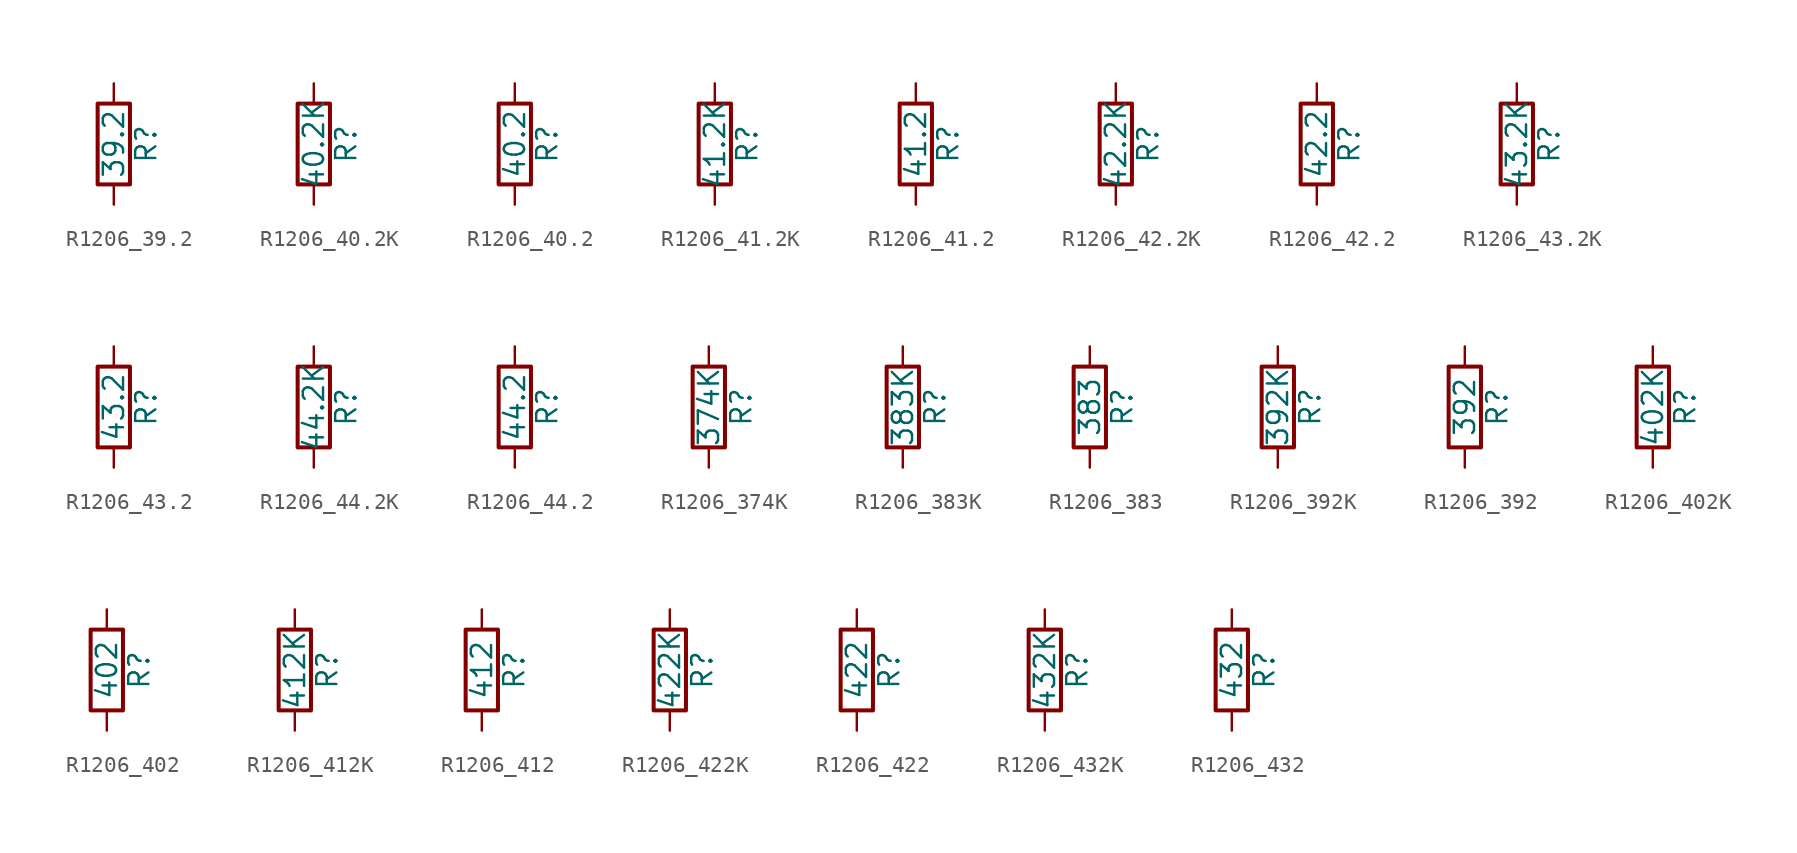
<source format=kicad_sym>
(kicad_symbol_lib
  (version 20211014)
  (generator atlantix-eda)
  (symbol "R1206_39.2"
    (pin_numbers hide)
    (pin_names
      (offset 0))
    (property "Reference" "R"
      (at 2.032 0 90)
      (effects (font (size 1.27 1.27))))
    (property "Value" "39.2"
      (at 0 0 90)
      (effects (font (size 1.27 1.27))))
    (symbol "R1206_39.2_0_1"
      (rectangle (start -1.016 -2.54) (end 1.016 2.54) (stroke (width 0.254) (type default) (color 0 0 0 0)) (fill (type none))))
    (symbol "R1206_39.2_1_1"
      (pin passive line (at 0 3.81 270) (length 1.27) (name "~" (effects (font (size 1.27 1.27)))) (number "1" (effects (font (size 1.27 1.27)))))
      (pin passive line (at 0 -3.81 90) (length 1.27) (name "~" (effects (font (size 1.27 1.27)))) (number "2" (effects (font (size 1.27 1.27)))))))
  (symbol "R1206_40.2K"
    (pin_numbers hide)
    (pin_names
      (offset 0))
    (property "Reference" "R"
      (at 2.032 0 90)
      (effects (font (size 1.27 1.27))))
    (property "Value" "40.2K"
      (at 0 0 90)
      (effects (font (size 1.27 1.27))))
    (symbol "R1206_40.2K_0_1"
      (rectangle (start -1.016 -2.54) (end 1.016 2.54) (stroke (width 0.254) (type default) (color 0 0 0 0)) (fill (type none))))
    (symbol "R1206_40.2K_1_1"
      (pin passive line (at 0 3.81 270) (length 1.27) (name "~" (effects (font (size 1.27 1.27)))) (number "1" (effects (font (size 1.27 1.27)))))
      (pin passive line (at 0 -3.81 90) (length 1.27) (name "~" (effects (font (size 1.27 1.27)))) (number "2" (effects (font (size 1.27 1.27)))))))
  (symbol "R1206_40.2"
    (pin_numbers hide)
    (pin_names
      (offset 0))
    (property "Reference" "R"
      (at 2.032 0 90)
      (effects (font (size 1.27 1.27))))
    (property "Value" "40.2"
      (at 0 0 90)
      (effects (font (size 1.27 1.27))))
    (symbol "R1206_40.2_0_1"
      (rectangle (start -1.016 -2.54) (end 1.016 2.54) (stroke (width 0.254) (type default) (color 0 0 0 0)) (fill (type none))))
    (symbol "R1206_40.2_1_1"
      (pin passive line (at 0 3.81 270) (length 1.27) (name "~" (effects (font (size 1.27 1.27)))) (number "1" (effects (font (size 1.27 1.27)))))
      (pin passive line (at 0 -3.81 90) (length 1.27) (name "~" (effects (font (size 1.27 1.27)))) (number "2" (effects (font (size 1.27 1.27)))))))
  (symbol "R1206_41.2K"
    (pin_numbers hide)
    (pin_names
      (offset 0))
    (property "Reference" "R"
      (at 2.032 0 90)
      (effects (font (size 1.27 1.27))))
    (property "Value" "41.2K"
      (at 0 0 90)
      (effects (font (size 1.27 1.27))))
    (symbol "R1206_41.2K_0_1"
      (rectangle (start -1.016 -2.54) (end 1.016 2.54) (stroke (width 0.254) (type default) (color 0 0 0 0)) (fill (type none))))
    (symbol "R1206_41.2K_1_1"
      (pin passive line (at 0 3.81 270) (length 1.27) (name "~" (effects (font (size 1.27 1.27)))) (number "1" (effects (font (size 1.27 1.27)))))
      (pin passive line (at 0 -3.81 90) (length 1.27) (name "~" (effects (font (size 1.27 1.27)))) (number "2" (effects (font (size 1.27 1.27)))))))
  (symbol "R1206_41.2"
    (pin_numbers hide)
    (pin_names
      (offset 0))
    (property "Reference" "R"
      (at 2.032 0 90)
      (effects (font (size 1.27 1.27))))
    (property "Value" "41.2"
      (at 0 0 90)
      (effects (font (size 1.27 1.27))))
    (symbol "R1206_41.2_0_1"
      (rectangle (start -1.016 -2.54) (end 1.016 2.54) (stroke (width 0.254) (type default) (color 0 0 0 0)) (fill (type none))))
    (symbol "R1206_41.2_1_1"
      (pin passive line (at 0 3.81 270) (length 1.27) (name "~" (effects (font (size 1.27 1.27)))) (number "1" (effects (font (size 1.27 1.27)))))
      (pin passive line (at 0 -3.81 90) (length 1.27) (name "~" (effects (font (size 1.27 1.27)))) (number "2" (effects (font (size 1.27 1.27)))))))
  (symbol "R1206_42.2K"
    (pin_numbers hide)
    (pin_names
      (offset 0))
    (property "Reference" "R"
      (at 2.032 0 90)
      (effects (font (size 1.27 1.27))))
    (property "Value" "42.2K"
      (at 0 0 90)
      (effects (font (size 1.27 1.27))))
    (symbol "R1206_42.2K_0_1"
      (rectangle (start -1.016 -2.54) (end 1.016 2.54) (stroke (width 0.254) (type default) (color 0 0 0 0)) (fill (type none))))
    (symbol "R1206_42.2K_1_1"
      (pin passive line (at 0 3.81 270) (length 1.27) (name "~" (effects (font (size 1.27 1.27)))) (number "1" (effects (font (size 1.27 1.27)))))
      (pin passive line (at 0 -3.81 90) (length 1.27) (name "~" (effects (font (size 1.27 1.27)))) (number "2" (effects (font (size 1.27 1.27)))))))
  (symbol "R1206_42.2"
    (pin_numbers hide)
    (pin_names
      (offset 0))
    (property "Reference" "R"
      (at 2.032 0 90)
      (effects (font (size 1.27 1.27))))
    (property "Value" "42.2"
      (at 0 0 90)
      (effects (font (size 1.27 1.27))))
    (symbol "R1206_42.2_0_1"
      (rectangle (start -1.016 -2.54) (end 1.016 2.54) (stroke (width 0.254) (type default) (color 0 0 0 0)) (fill (type none))))
    (symbol "R1206_42.2_1_1"
      (pin passive line (at 0 3.81 270) (length 1.27) (name "~" (effects (font (size 1.27 1.27)))) (number "1" (effects (font (size 1.27 1.27)))))
      (pin passive line (at 0 -3.81 90) (length 1.27) (name "~" (effects (font (size 1.27 1.27)))) (number "2" (effects (font (size 1.27 1.27)))))))
  (symbol "R1206_43.2K"
    (pin_numbers hide)
    (pin_names
      (offset 0))
    (property "Reference" "R"
      (at 2.032 0 90)
      (effects (font (size 1.27 1.27))))
    (property "Value" "43.2K"
      (at 0 0 90)
      (effects (font (size 1.27 1.27))))
    (symbol "R1206_43.2K_0_1"
      (rectangle (start -1.016 -2.54) (end 1.016 2.54) (stroke (width 0.254) (type default) (color 0 0 0 0)) (fill (type none))))
    (symbol "R1206_43.2K_1_1"
      (pin passive line (at 0 3.81 270) (length 1.27) (name "~" (effects (font (size 1.27 1.27)))) (number "1" (effects (font (size 1.27 1.27)))))
      (pin passive line (at 0 -3.81 90) (length 1.27) (name "~" (effects (font (size 1.27 1.27)))) (number "2" (effects (font (size 1.27 1.27)))))))
  (symbol "R1206_43.2"
    (pin_numbers hide)
    (pin_names
      (offset 0))
    (property "Reference" "R"
      (at 2.032 0 90)
      (effects (font (size 1.27 1.27))))
    (property "Value" "43.2"
      (at 0 0 90)
      (effects (font (size 1.27 1.27))))
    (symbol "R1206_43.2_0_1"
      (rectangle (start -1.016 -2.54) (end 1.016 2.54) (stroke (width 0.254) (type default) (color 0 0 0 0)) (fill (type none))))
    (symbol "R1206_43.2_1_1"
      (pin passive line (at 0 3.81 270) (length 1.27) (name "~" (effects (font (size 1.27 1.27)))) (number "1" (effects (font (size 1.27 1.27)))))
      (pin passive line (at 0 -3.81 90) (length 1.27) (name "~" (effects (font (size 1.27 1.27)))) (number "2" (effects (font (size 1.27 1.27)))))))
  (symbol "R1206_44.2K"
    (pin_numbers hide)
    (pin_names
      (offset 0))
    (property "Reference" "R"
      (at 2.032 0 90)
      (effects (font (size 1.27 1.27))))
    (property "Value" "44.2K"
      (at 0 0 90)
      (effects (font (size 1.27 1.27))))
    (symbol "R1206_44.2K_0_1"
      (rectangle (start -1.016 -2.54) (end 1.016 2.54) (stroke (width 0.254) (type default) (color 0 0 0 0)) (fill (type none))))
    (symbol "R1206_44.2K_1_1"
      (pin passive line (at 0 3.81 270) (length 1.27) (name "~" (effects (font (size 1.27 1.27)))) (number "1" (effects (font (size 1.27 1.27)))))
      (pin passive line (at 0 -3.81 90) (length 1.27) (name "~" (effects (font (size 1.27 1.27)))) (number "2" (effects (font (size 1.27 1.27)))))))
  (symbol "R1206_44.2"
    (pin_numbers hide)
    (pin_names
      (offset 0))
    (property "Reference" "R"
      (at 2.032 0 90)
      (effects (font (size 1.27 1.27))))
    (property "Value" "44.2"
      (at 0 0 90)
      (effects (font (size 1.27 1.27))))
    (symbol "R1206_44.2_0_1"
      (rectangle (start -1.016 -2.54) (end 1.016 2.54) (stroke (width 0.254) (type default) (color 0 0 0 0)) (fill (type none))))
    (symbol "R1206_44.2_1_1"
      (pin passive line (at 0 3.81 270) (length 1.27) (name "~" (effects (font (size 1.27 1.27)))) (number "1" (effects (font (size 1.27 1.27)))))
      (pin passive line (at 0 -3.81 90) (length 1.27) (name "~" (effects (font (size 1.27 1.27)))) (number "2" (effects (font (size 1.27 1.27)))))))
  (symbol "R1206_374K"
    (pin_numbers hide)
    (pin_names
      (offset 0))
    (property "Reference" "R"
      (at 2.032 0 90)
      (effects (font (size 1.27 1.27))))
    (property "Value" "374K"
      (at 0 0 90)
      (effects (font (size 1.27 1.27))))
    (symbol "R1206_374K_0_1"
      (rectangle (start -1.016 -2.54) (end 1.016 2.54) (stroke (width 0.254) (type default) (color 0 0 0 0)) (fill (type none))))
    (symbol "R1206_374K_1_1"
      (pin passive line (at 0 3.81 270) (length 1.27) (name "~" (effects (font (size 1.27 1.27)))) (number "1" (effects (font (size 1.27 1.27)))))
      (pin passive line (at 0 -3.81 90) (length 1.27) (name "~" (effects (font (size 1.27 1.27)))) (number "2" (effects (font (size 1.27 1.27)))))))
  (symbol "R1206_383K"
    (pin_numbers hide)
    (pin_names
      (offset 0))
    (property "Reference" "R"
      (at 2.032 0 90)
      (effects (font (size 1.27 1.27))))
    (property "Value" "383K"
      (at 0 0 90)
      (effects (font (size 1.27 1.27))))
    (symbol "R1206_383K_0_1"
      (rectangle (start -1.016 -2.54) (end 1.016 2.54) (stroke (width 0.254) (type default) (color 0 0 0 0)) (fill (type none))))
    (symbol "R1206_383K_1_1"
      (pin passive line (at 0 3.81 270) (length 1.27) (name "~" (effects (font (size 1.27 1.27)))) (number "1" (effects (font (size 1.27 1.27)))))
      (pin passive line (at 0 -3.81 90) (length 1.27) (name "~" (effects (font (size 1.27 1.27)))) (number "2" (effects (font (size 1.27 1.27)))))))
  (symbol "R1206_383"
    (pin_numbers hide)
    (pin_names
      (offset 0))
    (property "Reference" "R"
      (at 2.032 0 90)
      (effects (font (size 1.27 1.27))))
    (property "Value" "383"
      (at 0 0 90)
      (effects (font (size 1.27 1.27))))
    (symbol "R1206_383_0_1"
      (rectangle (start -1.016 -2.54) (end 1.016 2.54) (stroke (width 0.254) (type default) (color 0 0 0 0)) (fill (type none))))
    (symbol "R1206_383_1_1"
      (pin passive line (at 0 3.81 270) (length 1.27) (name "~" (effects (font (size 1.27 1.27)))) (number "1" (effects (font (size 1.27 1.27)))))
      (pin passive line (at 0 -3.81 90) (length 1.27) (name "~" (effects (font (size 1.27 1.27)))) (number "2" (effects (font (size 1.27 1.27)))))))
  (symbol "R1206_392K"
    (pin_numbers hide)
    (pin_names
      (offset 0))
    (property "Reference" "R"
      (at 2.032 0 90)
      (effects (font (size 1.27 1.27))))
    (property "Value" "392K"
      (at 0 0 90)
      (effects (font (size 1.27 1.27))))
    (symbol "R1206_392K_0_1"
      (rectangle (start -1.016 -2.54) (end 1.016 2.54) (stroke (width 0.254) (type default) (color 0 0 0 0)) (fill (type none))))
    (symbol "R1206_392K_1_1"
      (pin passive line (at 0 3.81 270) (length 1.27) (name "~" (effects (font (size 1.27 1.27)))) (number "1" (effects (font (size 1.27 1.27)))))
      (pin passive line (at 0 -3.81 90) (length 1.27) (name "~" (effects (font (size 1.27 1.27)))) (number "2" (effects (font (size 1.27 1.27)))))))
  (symbol "R1206_392"
    (pin_numbers hide)
    (pin_names
      (offset 0))
    (property "Reference" "R"
      (at 2.032 0 90)
      (effects (font (size 1.27 1.27))))
    (property "Value" "392"
      (at 0 0 90)
      (effects (font (size 1.27 1.27))))
    (symbol "R1206_392_0_1"
      (rectangle (start -1.016 -2.54) (end 1.016 2.54) (stroke (width 0.254) (type default) (color 0 0 0 0)) (fill (type none))))
    (symbol "R1206_392_1_1"
      (pin passive line (at 0 3.81 270) (length 1.27) (name "~" (effects (font (size 1.27 1.27)))) (number "1" (effects (font (size 1.27 1.27)))))
      (pin passive line (at 0 -3.81 90) (length 1.27) (name "~" (effects (font (size 1.27 1.27)))) (number "2" (effects (font (size 1.27 1.27)))))))
  (symbol "R1206_402K"
    (pin_numbers hide)
    (pin_names
      (offset 0))
    (property "Reference" "R"
      (at 2.032 0 90)
      (effects (font (size 1.27 1.27))))
    (property "Value" "402K"
      (at 0 0 90)
      (effects (font (size 1.27 1.27))))
    (symbol "R1206_402K_0_1"
      (rectangle (start -1.016 -2.54) (end 1.016 2.54) (stroke (width 0.254) (type default) (color 0 0 0 0)) (fill (type none))))
    (symbol "R1206_402K_1_1"
      (pin passive line (at 0 3.81 270) (length 1.27) (name "~" (effects (font (size 1.27 1.27)))) (number "1" (effects (font (size 1.27 1.27)))))
      (pin passive line (at 0 -3.81 90) (length 1.27) (name "~" (effects (font (size 1.27 1.27)))) (number "2" (effects (font (size 1.27 1.27)))))))
  (symbol "R1206_402"
    (pin_numbers hide)
    (pin_names
      (offset 0))
    (property "Reference" "R"
      (at 2.032 0 90)
      (effects (font (size 1.27 1.27))))
    (property "Value" "402"
      (at 0 0 90)
      (effects (font (size 1.27 1.27))))
    (symbol "R1206_402_0_1"
      (rectangle (start -1.016 -2.54) (end 1.016 2.54) (stroke (width 0.254) (type default) (color 0 0 0 0)) (fill (type none))))
    (symbol "R1206_402_1_1"
      (pin passive line (at 0 3.81 270) (length 1.27) (name "~" (effects (font (size 1.27 1.27)))) (number "1" (effects (font (size 1.27 1.27)))))
      (pin passive line (at 0 -3.81 90) (length 1.27) (name "~" (effects (font (size 1.27 1.27)))) (number "2" (effects (font (size 1.27 1.27)))))))
  (symbol "R1206_412K"
    (pin_numbers hide)
    (pin_names
      (offset 0))
    (property "Reference" "R"
      (at 2.032 0 90)
      (effects (font (size 1.27 1.27))))
    (property "Value" "412K"
      (at 0 0 90)
      (effects (font (size 1.27 1.27))))
    (symbol "R1206_412K_0_1"
      (rectangle (start -1.016 -2.54) (end 1.016 2.54) (stroke (width 0.254) (type default) (color 0 0 0 0)) (fill (type none))))
    (symbol "R1206_412K_1_1"
      (pin passive line (at 0 3.81 270) (length 1.27) (name "~" (effects (font (size 1.27 1.27)))) (number "1" (effects (font (size 1.27 1.27)))))
      (pin passive line (at 0 -3.81 90) (length 1.27) (name "~" (effects (font (size 1.27 1.27)))) (number "2" (effects (font (size 1.27 1.27)))))))
  (symbol "R1206_412"
    (pin_numbers hide)
    (pin_names
      (offset 0))
    (property "Reference" "R"
      (at 2.032 0 90)
      (effects (font (size 1.27 1.27))))
    (property "Value" "412"
      (at 0 0 90)
      (effects (font (size 1.27 1.27))))
    (symbol "R1206_412_0_1"
      (rectangle (start -1.016 -2.54) (end 1.016 2.54) (stroke (width 0.254) (type default) (color 0 0 0 0)) (fill (type none))))
    (symbol "R1206_412_1_1"
      (pin passive line (at 0 3.81 270) (length 1.27) (name "~" (effects (font (size 1.27 1.27)))) (number "1" (effects (font (size 1.27 1.27)))))
      (pin passive line (at 0 -3.81 90) (length 1.27) (name "~" (effects (font (size 1.27 1.27)))) (number "2" (effects (font (size 1.27 1.27)))))))
  (symbol "R1206_422K"
    (pin_numbers hide)
    (pin_names
      (offset 0))
    (property "Reference" "R"
      (at 2.032 0 90)
      (effects (font (size 1.27 1.27))))
    (property "Value" "422K"
      (at 0 0 90)
      (effects (font (size 1.27 1.27))))
    (symbol "R1206_422K_0_1"
      (rectangle (start -1.016 -2.54) (end 1.016 2.54) (stroke (width 0.254) (type default) (color 0 0 0 0)) (fill (type none))))
    (symbol "R1206_422K_1_1"
      (pin passive line (at 0 3.81 270) (length 1.27) (name "~" (effects (font (size 1.27 1.27)))) (number "1" (effects (font (size 1.27 1.27)))))
      (pin passive line (at 0 -3.81 90) (length 1.27) (name "~" (effects (font (size 1.27 1.27)))) (number "2" (effects (font (size 1.27 1.27)))))))
  (symbol "R1206_422"
    (pin_numbers hide)
    (pin_names
      (offset 0))
    (property "Reference" "R"
      (at 2.032 0 90)
      (effects (font (size 1.27 1.27))))
    (property "Value" "422"
      (at 0 0 90)
      (effects (font (size 1.27 1.27))))
    (symbol "R1206_422_0_1"
      (rectangle (start -1.016 -2.54) (end 1.016 2.54) (stroke (width 0.254) (type default) (color 0 0 0 0)) (fill (type none))))
    (symbol "R1206_422_1_1"
      (pin passive line (at 0 3.81 270) (length 1.27) (name "~" (effects (font (size 1.27 1.27)))) (number "1" (effects (font (size 1.27 1.27)))))
      (pin passive line (at 0 -3.81 90) (length 1.27) (name "~" (effects (font (size 1.27 1.27)))) (number "2" (effects (font (size 1.27 1.27)))))))
  (symbol "R1206_432K"
    (pin_numbers hide)
    (pin_names
      (offset 0))
    (property "Reference" "R"
      (at 2.032 0 90)
      (effects (font (size 1.27 1.27))))
    (property "Value" "432K"
      (at 0 0 90)
      (effects (font (size 1.27 1.27))))
    (symbol "R1206_432K_0_1"
      (rectangle (start -1.016 -2.54) (end 1.016 2.54) (stroke (width 0.254) (type default) (color 0 0 0 0)) (fill (type none))))
    (symbol "R1206_432K_1_1"
      (pin passive line (at 0 3.81 270) (length 1.27) (name "~" (effects (font (size 1.27 1.27)))) (number "1" (effects (font (size 1.27 1.27)))))
      (pin passive line (at 0 -3.81 90) (length 1.27) (name "~" (effects (font (size 1.27 1.27)))) (number "2" (effects (font (size 1.27 1.27)))))))
  (symbol "R1206_432"
    (pin_numbers hide)
    (pin_names
      (offset 0))
    (property "Reference" "R"
      (at 2.032 0 90)
      (effects (font (size 1.27 1.27))))
    (property "Value" "432"
      (at 0 0 90)
      (effects (font (size 1.27 1.27))))
    (symbol "R1206_432_0_1"
      (rectangle (start -1.016 -2.54) (end 1.016 2.54) (stroke (width 0.254) (type default) (color 0 0 0 0)) (fill (type none))))
    (symbol "R1206_432_1_1"
      (pin passive line (at 0 3.81 270) (length 1.27) (name "~" (effects (font (size 1.27 1.27)))) (number "1" (effects (font (size 1.27 1.27)))))
      (pin passive line (at 0 -3.81 90) (length 1.27) (name "~" (effects (font (size 1.27 1.27)))) (number "2" (effects (font (size 1.27 1.27))))))))
</source>
